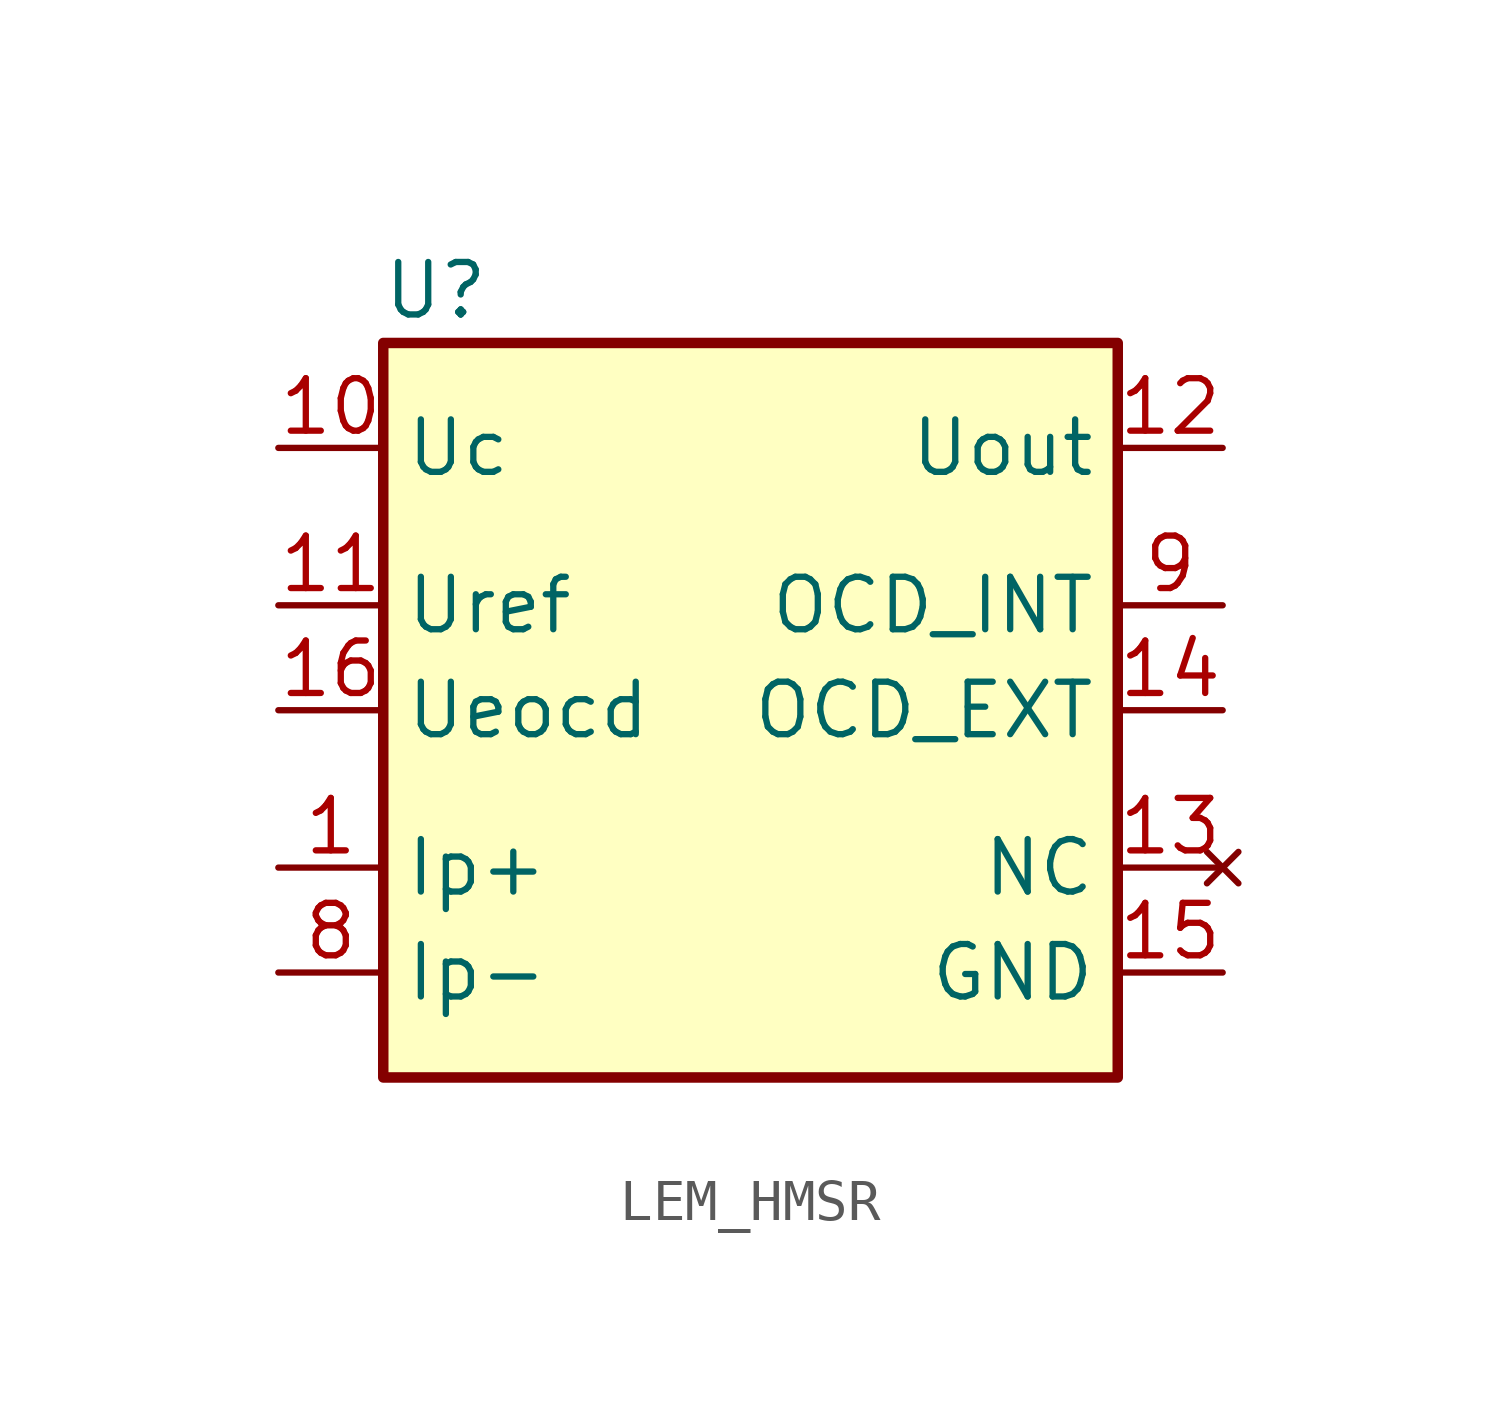
<source format=kicad_sym>
(kicad_symbol_lib
  (version 20220914)
  (generator kicad_symbol_editor)
  (symbol "LEM_HMSR"
    (property "Reference" "U"
      (at -7.62 10.16 0)
      (effects (font (size 1.27 1.27))))
    (property "Value" ""
      (at -1.27 -1.27 0)
      (effects (font (size 1.27 1.27))))
    (symbol "LEM_HMSR_0_1"
      (rectangle (start -8.89 8.89) (end 8.89 -8.89) (stroke (width 0.254) (type default)) (fill (type background))))
    (symbol "LEM_HMSR_1_1"
      (pin power_in line (at -11.43 -3.81 0) (length 2.54) (name "Ip+" (effects (font (size 1.27 1.27)))) (number "1" (effects (font (size 1.27 1.27)))))
      (pin output line (at -11.43 6.35 0) (length 2.54) (name "Uc" (effects (font (size 1.27 1.27)))) (number "10" (effects (font (size 1.27 1.27)))))
      (pin output line (at -11.43 2.54 0) (length 2.54) (name "Uref" (effects (font (size 1.27 1.27)))) (number "11" (effects (font (size 1.27 1.27)))))
      (pin output line (at 11.43 6.35 180) (length 2.54) (name "Uout" (effects (font (size 1.27 1.27)))) (number "12" (effects (font (size 1.27 1.27)))))
      (pin no_connect line (at 11.43 -3.81 180) (length 2.54) (name "NC" (effects (font (size 1.27 1.27)))) (number "13" (effects (font (size 1.27 1.27)))))
      (pin output line (at 11.43 0 180) (length 2.54) (name "OCD_EXT" (effects (font (size 1.27 1.27)))) (number "14" (effects (font (size 1.27 1.27)))))
      (pin power_in line (at 11.43 -6.35 180) (length 2.54) (name "GND" (effects (font (size 1.27 1.27)))) (number "15" (effects (font (size 1.27 1.27)))))
      (pin input line (at -11.43 0 0) (length 2.54) (name "Ueocd" (effects (font (size 1.27 1.27)))) (number "16" (effects (font (size 1.27 1.27)))))
      (pin power_out line (at -11.43 -6.35 0) (length 2.54) (name "Ip-" (effects (font (size 1.27 1.27)))) (number "8" (effects (font (size 1.27 1.27)))))
      (pin output line (at 11.43 2.54 180) (length 2.54) (name "OCD_INT" (effects (font (size 1.27 1.27)))) (number "9" (effects (font (size 1.27 1.27))))))))
</source>
